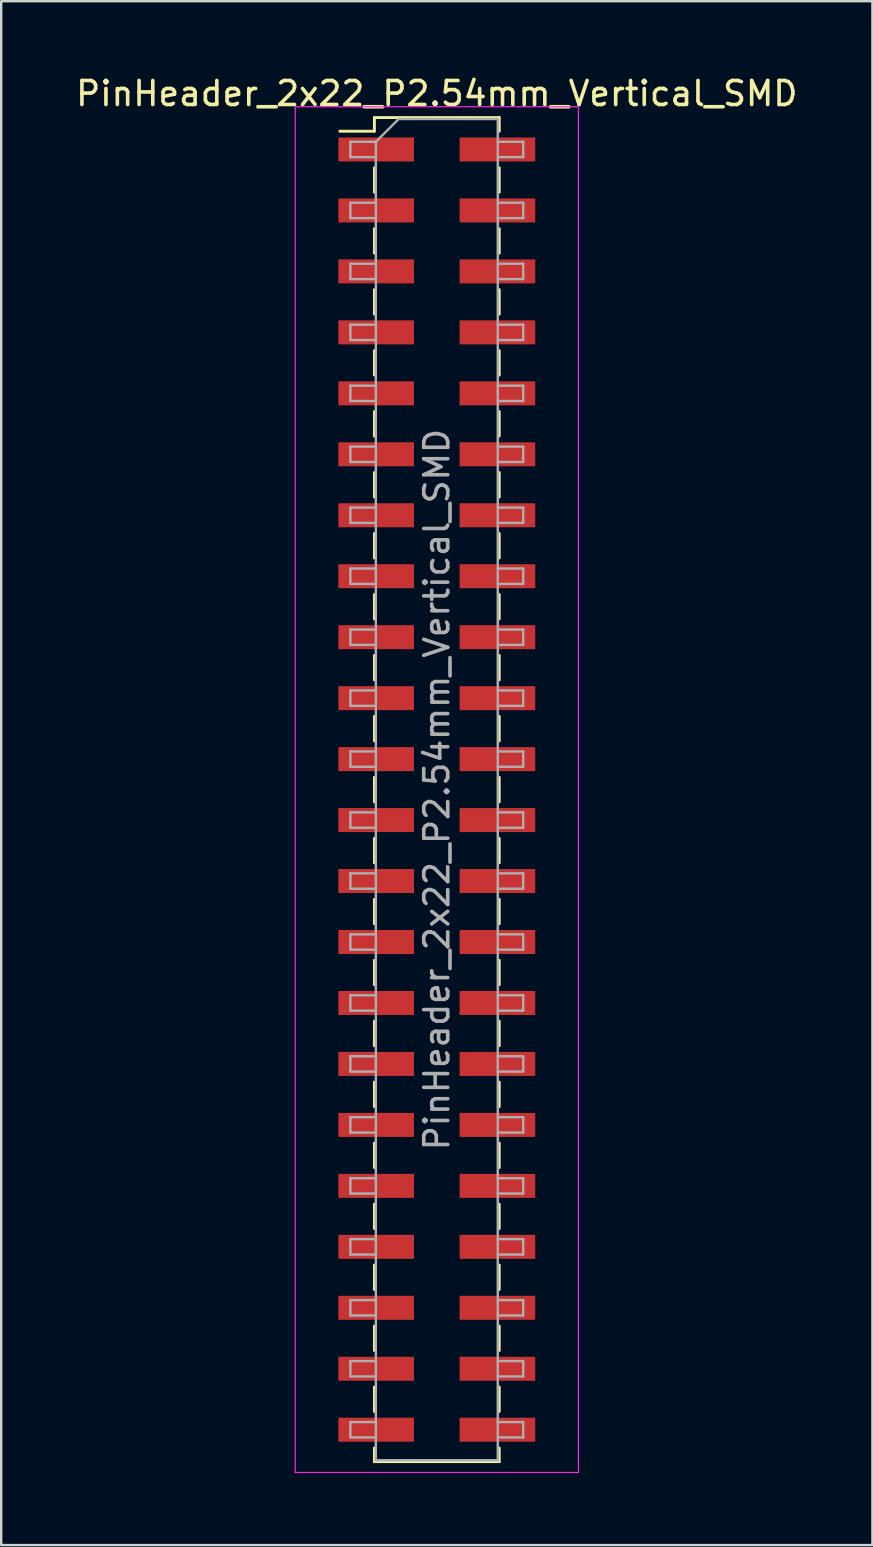
<source format=kicad_pcb>
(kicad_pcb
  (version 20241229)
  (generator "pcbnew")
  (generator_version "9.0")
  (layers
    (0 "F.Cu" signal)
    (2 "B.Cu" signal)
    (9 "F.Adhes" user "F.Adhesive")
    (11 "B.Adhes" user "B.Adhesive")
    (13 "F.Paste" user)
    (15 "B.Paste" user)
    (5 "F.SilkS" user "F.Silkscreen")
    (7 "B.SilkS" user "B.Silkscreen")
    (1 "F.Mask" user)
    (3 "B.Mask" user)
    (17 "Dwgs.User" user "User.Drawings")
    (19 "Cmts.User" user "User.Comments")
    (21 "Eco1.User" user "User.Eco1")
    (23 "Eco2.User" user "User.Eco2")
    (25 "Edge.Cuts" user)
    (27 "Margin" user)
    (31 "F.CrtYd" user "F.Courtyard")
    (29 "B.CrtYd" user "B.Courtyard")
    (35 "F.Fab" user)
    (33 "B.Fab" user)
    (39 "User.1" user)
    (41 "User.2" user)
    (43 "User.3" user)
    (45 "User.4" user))
  (footprint "PinHeader_2x22_P2.54mm_Vertical_SMD"
    (layer "F.Cu")
    (at 15.149 29.848)
    (property "Reference" "PinHeader_2x22_P2.54mm_Vertical_SMD" (at 0 -29 0) (layer "F.SilkS") (effects (font (size 1 1) (thickness 0.15))))
    (attr smd)
    (fp_line (start -4.04 -27.43) (end -2.6 -27.43) (stroke (width 0.12) (type solid)) (layer "F.SilkS"))
    (fp_line (start -2.6 -28) (end -2.6 -27.43) (stroke (width 0.12) (type solid)) (layer "F.SilkS"))
    (fp_line (start -2.6 -28) (end 2.6 -28) (stroke (width 0.12) (type solid)) (layer "F.SilkS"))
    (fp_line (start -2.6 -25.91) (end -2.6 -24.89) (stroke (width 0.12) (type solid)) (layer "F.SilkS"))
    (fp_line (start -2.6 -23.37) (end -2.6 -22.35) (stroke (width 0.12) (type solid)) (layer "F.SilkS"))
    (fp_line (start -2.6 -20.83) (end -2.6 -19.81) (stroke (width 0.12) (type solid)) (layer "F.SilkS"))
    (fp_line (start -2.6 -18.29) (end -2.6 -17.27) (stroke (width 0.12) (type solid)) (layer "F.SilkS"))
    (fp_line (start -2.6 -15.75) (end -2.6 -14.73) (stroke (width 0.12) (type solid)) (layer "F.SilkS"))
    (fp_line (start -2.6 -13.21) (end -2.6 -12.19) (stroke (width 0.12) (type solid)) (layer "F.SilkS"))
    (fp_line (start -2.6 -10.67) (end -2.6 -9.65) (stroke (width 0.12) (type solid)) (layer "F.SilkS"))
    (fp_line (start -2.6 -8.13) (end -2.6 -7.11) (stroke (width 0.12) (type solid)) (layer "F.SilkS"))
    (fp_line (start -2.6 -5.59) (end -2.6 -4.57) (stroke (width 0.12) (type solid)) (layer "F.SilkS"))
    (fp_line (start -2.6 -3.05) (end -2.6 -2.03) (stroke (width 0.12) (type solid)) (layer "F.SilkS"))
    (fp_line (start -2.6 -0.51) (end -2.6 0.51) (stroke (width 0.12) (type solid)) (layer "F.SilkS"))
    (fp_line (start -2.6 2.03) (end -2.6 3.05) (stroke (width 0.12) (type solid)) (layer "F.SilkS"))
    (fp_line (start -2.6 4.57) (end -2.6 5.59) (stroke (width 0.12) (type solid)) (layer "F.SilkS"))
    (fp_line (start -2.6 7.11) (end -2.6 8.13) (stroke (width 0.12) (type solid)) (layer "F.SilkS"))
    (fp_line (start -2.6 9.65) (end -2.6 10.67) (stroke (width 0.12) (type solid)) (layer "F.SilkS"))
    (fp_line (start -2.6 12.19) (end -2.6 13.21) (stroke (width 0.12) (type solid)) (layer "F.SilkS"))
    (fp_line (start -2.6 14.73) (end -2.6 15.75) (stroke (width 0.12) (type solid)) (layer "F.SilkS"))
    (fp_line (start -2.6 17.27) (end -2.6 18.29) (stroke (width 0.12) (type solid)) (layer "F.SilkS"))
    (fp_line (start -2.6 19.81) (end -2.6 20.83) (stroke (width 0.12) (type solid)) (layer "F.SilkS"))
    (fp_line (start -2.6 22.35) (end -2.6 23.37) (stroke (width 0.12) (type solid)) (layer "F.SilkS"))
    (fp_line (start -2.6 24.89) (end -2.6 25.91) (stroke (width 0.12) (type solid)) (layer "F.SilkS"))
    (fp_line (start -2.6 27.43) (end -2.6 28) (stroke (width 0.12) (type solid)) (layer "F.SilkS"))
    (fp_line (start -2.6 28) (end 2.6 28) (stroke (width 0.12) (type solid)) (layer "F.SilkS"))
    (fp_line (start 2.6 -28) (end 2.6 -27.43) (stroke (width 0.12) (type solid)) (layer "F.SilkS"))
    (fp_line (start 2.6 -25.91) (end 2.6 -24.89) (stroke (width 0.12) (type solid)) (layer "F.SilkS"))
    (fp_line (start 2.6 -23.37) (end 2.6 -22.35) (stroke (width 0.12) (type solid)) (layer "F.SilkS"))
    (fp_line (start 2.6 -20.83) (end 2.6 -19.81) (stroke (width 0.12) (type solid)) (layer "F.SilkS"))
    (fp_line (start 2.6 -18.29) (end 2.6 -17.27) (stroke (width 0.12) (type solid)) (layer "F.SilkS"))
    (fp_line (start 2.6 -15.75) (end 2.6 -14.73) (stroke (width 0.12) (type solid)) (layer "F.SilkS"))
    (fp_line (start 2.6 -13.21) (end 2.6 -12.19) (stroke (width 0.12) (type solid)) (layer "F.SilkS"))
    (fp_line (start 2.6 -10.67) (end 2.6 -9.65) (stroke (width 0.12) (type solid)) (layer "F.SilkS"))
    (fp_line (start 2.6 -8.13) (end 2.6 -7.11) (stroke (width 0.12) (type solid)) (layer "F.SilkS"))
    (fp_line (start 2.6 -5.59) (end 2.6 -4.57) (stroke (width 0.12) (type solid)) (layer "F.SilkS"))
    (fp_line (start 2.6 -3.05) (end 2.6 -2.03) (stroke (width 0.12) (type solid)) (layer "F.SilkS"))
    (fp_line (start 2.6 -0.51) (end 2.6 0.51) (stroke (width 0.12) (type solid)) (layer "F.SilkS"))
    (fp_line (start 2.6 2.03) (end 2.6 3.05) (stroke (width 0.12) (type solid)) (layer "F.SilkS"))
    (fp_line (start 2.6 4.57) (end 2.6 5.59) (stroke (width 0.12) (type solid)) (layer "F.SilkS"))
    (fp_line (start 2.6 7.11) (end 2.6 8.13) (stroke (width 0.12) (type solid)) (layer "F.SilkS"))
    (fp_line (start 2.6 9.65) (end 2.6 10.67) (stroke (width 0.12) (type solid)) (layer "F.SilkS"))
    (fp_line (start 2.6 12.19) (end 2.6 13.21) (stroke (width 0.12) (type solid)) (layer "F.SilkS"))
    (fp_line (start 2.6 14.73) (end 2.6 15.75) (stroke (width 0.12) (type solid)) (layer "F.SilkS"))
    (fp_line (start 2.6 17.27) (end 2.6 18.29) (stroke (width 0.12) (type solid)) (layer "F.SilkS"))
    (fp_line (start 2.6 19.81) (end 2.6 20.83) (stroke (width 0.12) (type solid)) (layer "F.SilkS"))
    (fp_line (start 2.6 22.35) (end 2.6 23.37) (stroke (width 0.12) (type solid)) (layer "F.SilkS"))
    (fp_line (start 2.6 24.89) (end 2.6 25.91) (stroke (width 0.12) (type solid)) (layer "F.SilkS"))
    (fp_line (start 2.6 27.43) (end 2.6 28) (stroke (width 0.12) (type solid)) (layer "F.SilkS"))
    (fp_line (start -5.9 -28.45) (end -5.9 28.45) (stroke (width 0.05) (type solid)) (layer "F.CrtYd"))
    (fp_line (start -5.9 28.45) (end 5.9 28.45) (stroke (width 0.05) (type solid)) (layer "F.CrtYd"))
    (fp_line (start 5.9 -28.45) (end -5.9 -28.45) (stroke (width 0.05) (type solid)) (layer "F.CrtYd"))
    (fp_line (start 5.9 28.45) (end 5.9 -28.45) (stroke (width 0.05) (type solid)) (layer "F.CrtYd"))
    (fp_line (start -3.6 -26.99) (end -3.6 -26.35) (stroke (width 0.1) (type solid)) (layer "F.Fab"))
    (fp_line (start -3.6 -26.35) (end -2.54 -26.35) (stroke (width 0.1) (type solid)) (layer "F.Fab"))
    (fp_line (start -3.6 -24.45) (end -3.6 -23.81) (stroke (width 0.1) (type solid)) (layer "F.Fab"))
    (fp_line (start -3.6 -23.81) (end -2.54 -23.81) (stroke (width 0.1) (type solid)) (layer "F.Fab"))
    (fp_line (start -3.6 -21.91) (end -3.6 -21.27) (stroke (width 0.1) (type solid)) (layer "F.Fab"))
    (fp_line (start -3.6 -21.27) (end -2.54 -21.27) (stroke (width 0.1) (type solid)) (layer "F.Fab"))
    (fp_line (start -3.6 -19.37) (end -3.6 -18.73) (stroke (width 0.1) (type solid)) (layer "F.Fab"))
    (fp_line (start -3.6 -18.73) (end -2.54 -18.73) (stroke (width 0.1) (type solid)) (layer "F.Fab"))
    (fp_line (start -3.6 -16.83) (end -3.6 -16.19) (stroke (width 0.1) (type solid)) (layer "F.Fab"))
    (fp_line (start -3.6 -16.19) (end -2.54 -16.19) (stroke (width 0.1) (type solid)) (layer "F.Fab"))
    (fp_line (start -3.6 -14.29) (end -3.6 -13.65) (stroke (width 0.1) (type solid)) (layer "F.Fab"))
    (fp_line (start -3.6 -13.65) (end -2.54 -13.65) (stroke (width 0.1) (type solid)) (layer "F.Fab"))
    (fp_line (start -3.6 -11.75) (end -3.6 -11.11) (stroke (width 0.1) (type solid)) (layer "F.Fab"))
    (fp_line (start -3.6 -11.11) (end -2.54 -11.11) (stroke (width 0.1) (type solid)) (layer "F.Fab"))
    (fp_line (start -3.6 -9.21) (end -3.6 -8.57) (stroke (width 0.1) (type solid)) (layer "F.Fab"))
    (fp_line (start -3.6 -8.57) (end -2.54 -8.57) (stroke (width 0.1) (type solid)) (layer "F.Fab"))
    (fp_line (start -3.6 -6.67) (end -3.6 -6.03) (stroke (width 0.1) (type solid)) (layer "F.Fab"))
    (fp_line (start -3.6 -6.03) (end -2.54 -6.03) (stroke (width 0.1) (type solid)) (layer "F.Fab"))
    (fp_line (start -3.6 -4.13) (end -3.6 -3.49) (stroke (width 0.1) (type solid)) (layer "F.Fab"))
    (fp_line (start -3.6 -3.49) (end -2.54 -3.49) (stroke (width 0.1) (type solid)) (layer "F.Fab"))
    (fp_line (start -3.6 -1.59) (end -3.6 -0.95) (stroke (width 0.1) (type solid)) (layer "F.Fab"))
    (fp_line (start -3.6 -0.95) (end -2.54 -0.95) (stroke (width 0.1) (type solid)) (layer "F.Fab"))
    (fp_line (start -3.6 0.95) (end -3.6 1.59) (stroke (width 0.1) (type solid)) (layer "F.Fab"))
    (fp_line (start -3.6 1.59) (end -2.54 1.59) (stroke (width 0.1) (type solid)) (layer "F.Fab"))
    (fp_line (start -3.6 3.49) (end -3.6 4.13) (stroke (width 0.1) (type solid)) (layer "F.Fab"))
    (fp_line (start -3.6 4.13) (end -2.54 4.13) (stroke (width 0.1) (type solid)) (layer "F.Fab"))
    (fp_line (start -3.6 6.03) (end -3.6 6.67) (stroke (width 0.1) (type solid)) (layer "F.Fab"))
    (fp_line (start -3.6 6.67) (end -2.54 6.67) (stroke (width 0.1) (type solid)) (layer "F.Fab"))
    (fp_line (start -3.6 8.57) (end -3.6 9.21) (stroke (width 0.1) (type solid)) (layer "F.Fab"))
    (fp_line (start -3.6 9.21) (end -2.54 9.21) (stroke (width 0.1) (type solid)) (layer "F.Fab"))
    (fp_line (start -3.6 11.11) (end -3.6 11.75) (stroke (width 0.1) (type solid)) (layer "F.Fab"))
    (fp_line (start -3.6 11.75) (end -2.54 11.75) (stroke (width 0.1) (type solid)) (layer "F.Fab"))
    (fp_line (start -3.6 13.65) (end -3.6 14.29) (stroke (width 0.1) (type solid)) (layer "F.Fab"))
    (fp_line (start -3.6 14.29) (end -2.54 14.29) (stroke (width 0.1) (type solid)) (layer "F.Fab"))
    (fp_line (start -3.6 16.19) (end -3.6 16.83) (stroke (width 0.1) (type solid)) (layer "F.Fab"))
    (fp_line (start -3.6 16.83) (end -2.54 16.83) (stroke (width 0.1) (type solid)) (layer "F.Fab"))
    (fp_line (start -3.6 18.73) (end -3.6 19.37) (stroke (width 0.1) (type solid)) (layer "F.Fab"))
    (fp_line (start -3.6 19.37) (end -2.54 19.37) (stroke (width 0.1) (type solid)) (layer "F.Fab"))
    (fp_line (start -3.6 21.27) (end -3.6 21.91) (stroke (width 0.1) (type solid)) (layer "F.Fab"))
    (fp_line (start -3.6 21.91) (end -2.54 21.91) (stroke (width 0.1) (type solid)) (layer "F.Fab"))
    (fp_line (start -3.6 23.81) (end -3.6 24.45) (stroke (width 0.1) (type solid)) (layer "F.Fab"))
    (fp_line (start -3.6 24.45) (end -2.54 24.45) (stroke (width 0.1) (type solid)) (layer "F.Fab"))
    (fp_line (start -3.6 26.35) (end -3.6 26.99) (stroke (width 0.1) (type solid)) (layer "F.Fab"))
    (fp_line (start -3.6 26.99) (end -2.54 26.99) (stroke (width 0.1) (type solid)) (layer "F.Fab"))
    (fp_line (start -2.54 -26.99) (end -3.6 -26.99) (stroke (width 0.1) (type solid)) (layer "F.Fab"))
    (fp_line (start -2.54 -26.99) (end -1.59 -27.94) (stroke (width 0.1) (type solid)) (layer "F.Fab"))
    (fp_line (start -2.54 -24.45) (end -3.6 -24.45) (stroke (width 0.1) (type solid)) (layer "F.Fab"))
    (fp_line (start -2.54 -21.91) (end -3.6 -21.91) (stroke (width 0.1) (type solid)) (layer "F.Fab"))
    (fp_line (start -2.54 -19.37) (end -3.6 -19.37) (stroke (width 0.1) (type solid)) (layer "F.Fab"))
    (fp_line (start -2.54 -16.83) (end -3.6 -16.83) (stroke (width 0.1) (type solid)) (layer "F.Fab"))
    (fp_line (start -2.54 -14.29) (end -3.6 -14.29) (stroke (width 0.1) (type solid)) (layer "F.Fab"))
    (fp_line (start -2.54 -11.75) (end -3.6 -11.75) (stroke (width 0.1) (type solid)) (layer "F.Fab"))
    (fp_line (start -2.54 -9.21) (end -3.6 -9.21) (stroke (width 0.1) (type solid)) (layer "F.Fab"))
    (fp_line (start -2.54 -6.67) (end -3.6 -6.67) (stroke (width 0.1) (type solid)) (layer "F.Fab"))
    (fp_line (start -2.54 -4.13) (end -3.6 -4.13) (stroke (width 0.1) (type solid)) (layer "F.Fab"))
    (fp_line (start -2.54 -1.59) (end -3.6 -1.59) (stroke (width 0.1) (type solid)) (layer "F.Fab"))
    (fp_line (start -2.54 0.95) (end -3.6 0.95) (stroke (width 0.1) (type solid)) (layer "F.Fab"))
    (fp_line (start -2.54 3.49) (end -3.6 3.49) (stroke (width 0.1) (type solid)) (layer "F.Fab"))
    (fp_line (start -2.54 6.03) (end -3.6 6.03) (stroke (width 0.1) (type solid)) (layer "F.Fab"))
    (fp_line (start -2.54 8.57) (end -3.6 8.57) (stroke (width 0.1) (type solid)) (layer "F.Fab"))
    (fp_line (start -2.54 11.11) (end -3.6 11.11) (stroke (width 0.1) (type solid)) (layer "F.Fab"))
    (fp_line (start -2.54 13.65) (end -3.6 13.65) (stroke (width 0.1) (type solid)) (layer "F.Fab"))
    (fp_line (start -2.54 16.19) (end -3.6 16.19) (stroke (width 0.1) (type solid)) (layer "F.Fab"))
    (fp_line (start -2.54 18.73) (end -3.6 18.73) (stroke (width 0.1) (type solid)) (layer "F.Fab"))
    (fp_line (start -2.54 21.27) (end -3.6 21.27) (stroke (width 0.1) (type solid)) (layer "F.Fab"))
    (fp_line (start -2.54 23.81) (end -3.6 23.81) (stroke (width 0.1) (type solid)) (layer "F.Fab"))
    (fp_line (start -2.54 26.35) (end -3.6 26.35) (stroke (width 0.1) (type solid)) (layer "F.Fab"))
    (fp_line (start -2.54 27.94) (end -2.54 -26.99) (stroke (width 0.1) (type solid)) (layer "F.Fab"))
    (fp_line (start -1.59 -27.94) (end 2.54 -27.94) (stroke (width 0.1) (type solid)) (layer "F.Fab"))
    (fp_line (start 2.54 -27.94) (end 2.54 27.94) (stroke (width 0.1) (type solid)) (layer "F.Fab"))
    (fp_line (start 2.54 -26.99) (end 3.6 -26.99) (stroke (width 0.1) (type solid)) (layer "F.Fab"))
    (fp_line (start 2.54 -24.45) (end 3.6 -24.45) (stroke (width 0.1) (type solid)) (layer "F.Fab"))
    (fp_line (start 2.54 -21.91) (end 3.6 -21.91) (stroke (width 0.1) (type solid)) (layer "F.Fab"))
    (fp_line (start 2.54 -19.37) (end 3.6 -19.37) (stroke (width 0.1) (type solid)) (layer "F.Fab"))
    (fp_line (start 2.54 -16.83) (end 3.6 -16.83) (stroke (width 0.1) (type solid)) (layer "F.Fab"))
    (fp_line (start 2.54 -14.29) (end 3.6 -14.29) (stroke (width 0.1) (type solid)) (layer "F.Fab"))
    (fp_line (start 2.54 -11.75) (end 3.6 -11.75) (stroke (width 0.1) (type solid)) (layer "F.Fab"))
    (fp_line (start 2.54 -9.21) (end 3.6 -9.21) (stroke (width 0.1) (type solid)) (layer "F.Fab"))
    (fp_line (start 2.54 -6.67) (end 3.6 -6.67) (stroke (width 0.1) (type solid)) (layer "F.Fab"))
    (fp_line (start 2.54 -4.13) (end 3.6 -4.13) (stroke (width 0.1) (type solid)) (layer "F.Fab"))
    (fp_line (start 2.54 -1.59) (end 3.6 -1.59) (stroke (width 0.1) (type solid)) (layer "F.Fab"))
    (fp_line (start 2.54 0.95) (end 3.6 0.95) (stroke (width 0.1) (type solid)) (layer "F.Fab"))
    (fp_line (start 2.54 3.49) (end 3.6 3.49) (stroke (width 0.1) (type solid)) (layer "F.Fab"))
    (fp_line (start 2.54 6.03) (end 3.6 6.03) (stroke (width 0.1) (type solid)) (layer "F.Fab"))
    (fp_line (start 2.54 8.57) (end 3.6 8.57) (stroke (width 0.1) (type solid)) (layer "F.Fab"))
    (fp_line (start 2.54 11.11) (end 3.6 11.11) (stroke (width 0.1) (type solid)) (layer "F.Fab"))
    (fp_line (start 2.54 13.65) (end 3.6 13.65) (stroke (width 0.1) (type solid)) (layer "F.Fab"))
    (fp_line (start 2.54 16.19) (end 3.6 16.19) (stroke (width 0.1) (type solid)) (layer "F.Fab"))
    (fp_line (start 2.54 18.73) (end 3.6 18.73) (stroke (width 0.1) (type solid)) (layer "F.Fab"))
    (fp_line (start 2.54 21.27) (end 3.6 21.27) (stroke (width 0.1) (type solid)) (layer "F.Fab"))
    (fp_line (start 2.54 23.81) (end 3.6 23.81) (stroke (width 0.1) (type solid)) (layer "F.Fab"))
    (fp_line (start 2.54 26.35) (end 3.6 26.35) (stroke (width 0.1) (type solid)) (layer "F.Fab"))
    (fp_line (start 2.54 27.94) (end -2.54 27.94) (stroke (width 0.1) (type solid)) (layer "F.Fab"))
    (fp_line (start 3.6 -26.99) (end 3.6 -26.35) (stroke (width 0.1) (type solid)) (layer "F.Fab"))
    (fp_line (start 3.6 -26.35) (end 2.54 -26.35) (stroke (width 0.1) (type solid)) (layer "F.Fab"))
    (fp_line (start 3.6 -24.45) (end 3.6 -23.81) (stroke (width 0.1) (type solid)) (layer "F.Fab"))
    (fp_line (start 3.6 -23.81) (end 2.54 -23.81) (stroke (width 0.1) (type solid)) (layer "F.Fab"))
    (fp_line (start 3.6 -21.91) (end 3.6 -21.27) (stroke (width 0.1) (type solid)) (layer "F.Fab"))
    (fp_line (start 3.6 -21.27) (end 2.54 -21.27) (stroke (width 0.1) (type solid)) (layer "F.Fab"))
    (fp_line (start 3.6 -19.37) (end 3.6 -18.73) (stroke (width 0.1) (type solid)) (layer "F.Fab"))
    (fp_line (start 3.6 -18.73) (end 2.54 -18.73) (stroke (width 0.1) (type solid)) (layer "F.Fab"))
    (fp_line (start 3.6 -16.83) (end 3.6 -16.19) (stroke (width 0.1) (type solid)) (layer "F.Fab"))
    (fp_line (start 3.6 -16.19) (end 2.54 -16.19) (stroke (width 0.1) (type solid)) (layer "F.Fab"))
    (fp_line (start 3.6 -14.29) (end 3.6 -13.65) (stroke (width 0.1) (type solid)) (layer "F.Fab"))
    (fp_line (start 3.6 -13.65) (end 2.54 -13.65) (stroke (width 0.1) (type solid)) (layer "F.Fab"))
    (fp_line (start 3.6 -11.75) (end 3.6 -11.11) (stroke (width 0.1) (type solid)) (layer "F.Fab"))
    (fp_line (start 3.6 -11.11) (end 2.54 -11.11) (stroke (width 0.1) (type solid)) (layer "F.Fab"))
    (fp_line (start 3.6 -9.21) (end 3.6 -8.57) (stroke (width 0.1) (type solid)) (layer "F.Fab"))
    (fp_line (start 3.6 -8.57) (end 2.54 -8.57) (stroke (width 0.1) (type solid)) (layer "F.Fab"))
    (fp_line (start 3.6 -6.67) (end 3.6 -6.03) (stroke (width 0.1) (type solid)) (layer "F.Fab"))
    (fp_line (start 3.6 -6.03) (end 2.54 -6.03) (stroke (width 0.1) (type solid)) (layer "F.Fab"))
    (fp_line (start 3.6 -4.13) (end 3.6 -3.49) (stroke (width 0.1) (type solid)) (layer "F.Fab"))
    (fp_line (start 3.6 -3.49) (end 2.54 -3.49) (stroke (width 0.1) (type solid)) (layer "F.Fab"))
    (fp_line (start 3.6 -1.59) (end 3.6 -0.95) (stroke (width 0.1) (type solid)) (layer "F.Fab"))
    (fp_line (start 3.6 -0.95) (end 2.54 -0.95) (stroke (width 0.1) (type solid)) (layer "F.Fab"))
    (fp_line (start 3.6 0.95) (end 3.6 1.59) (stroke (width 0.1) (type solid)) (layer "F.Fab"))
    (fp_line (start 3.6 1.59) (end 2.54 1.59) (stroke (width 0.1) (type solid)) (layer "F.Fab"))
    (fp_line (start 3.6 3.49) (end 3.6 4.13) (stroke (width 0.1) (type solid)) (layer "F.Fab"))
    (fp_line (start 3.6 4.13) (end 2.54 4.13) (stroke (width 0.1) (type solid)) (layer "F.Fab"))
    (fp_line (start 3.6 6.03) (end 3.6 6.67) (stroke (width 0.1) (type solid)) (layer "F.Fab"))
    (fp_line (start 3.6 6.67) (end 2.54 6.67) (stroke (width 0.1) (type solid)) (layer "F.Fab"))
    (fp_line (start 3.6 8.57) (end 3.6 9.21) (stroke (width 0.1) (type solid)) (layer "F.Fab"))
    (fp_line (start 3.6 9.21) (end 2.54 9.21) (stroke (width 0.1) (type solid)) (layer "F.Fab"))
    (fp_line (start 3.6 11.11) (end 3.6 11.75) (stroke (width 0.1) (type solid)) (layer "F.Fab"))
    (fp_line (start 3.6 11.75) (end 2.54 11.75) (stroke (width 0.1) (type solid)) (layer "F.Fab"))
    (fp_line (start 3.6 13.65) (end 3.6 14.29) (stroke (width 0.1) (type solid)) (layer "F.Fab"))
    (fp_line (start 3.6 14.29) (end 2.54 14.29) (stroke (width 0.1) (type solid)) (layer "F.Fab"))
    (fp_line (start 3.6 16.19) (end 3.6 16.83) (stroke (width 0.1) (type solid)) (layer "F.Fab"))
    (fp_line (start 3.6 16.83) (end 2.54 16.83) (stroke (width 0.1) (type solid)) (layer "F.Fab"))
    (fp_line (start 3.6 18.73) (end 3.6 19.37) (stroke (width 0.1) (type solid)) (layer "F.Fab"))
    (fp_line (start 3.6 19.37) (end 2.54 19.37) (stroke (width 0.1) (type solid)) (layer "F.Fab"))
    (fp_line (start 3.6 21.27) (end 3.6 21.91) (stroke (width 0.1) (type solid)) (layer "F.Fab"))
    (fp_line (start 3.6 21.91) (end 2.54 21.91) (stroke (width 0.1) (type solid)) (layer "F.Fab"))
    (fp_line (start 3.6 23.81) (end 3.6 24.45) (stroke (width 0.1) (type solid)) (layer "F.Fab"))
    (fp_line (start 3.6 24.45) (end 2.54 24.45) (stroke (width 0.1) (type solid)) (layer "F.Fab"))
    (fp_line (start 3.6 26.35) (end 3.6 26.99) (stroke (width 0.1) (type solid)) (layer "F.Fab"))
    (fp_line (start 3.6 26.99) (end 2.54 26.99) (stroke (width 0.1) (type solid)) (layer "F.Fab"))
    (fp_text user "${REFERENCE}" (at 0 0 90) (layer "F.Fab") (effects (font (size 1 1) (thickness 0.15))))
    (pad "1" smd rect (at -2.525 -26.67) (size 3.15 1) (layers "F.Cu" "F.Mask" "F.Paste"))
    (pad "2" smd rect (at 2.525 -26.67) (size 3.15 1) (layers "F.Cu" "F.Mask" "F.Paste"))
    (pad "3" smd rect (at -2.525 -24.13) (size 3.15 1) (layers "F.Cu" "F.Mask" "F.Paste"))
    (pad "4" smd rect (at 2.525 -24.13) (size 3.15 1) (layers "F.Cu" "F.Mask" "F.Paste"))
    (pad "5" smd rect (at -2.525 -21.59) (size 3.15 1) (layers "F.Cu" "F.Mask" "F.Paste"))
    (pad "6" smd rect (at 2.525 -21.59) (size 3.15 1) (layers "F.Cu" "F.Mask" "F.Paste"))
    (pad "7" smd rect (at -2.525 -19.05) (size 3.15 1) (layers "F.Cu" "F.Mask" "F.Paste"))
    (pad "8" smd rect (at 2.525 -19.05) (size 3.15 1) (layers "F.Cu" "F.Mask" "F.Paste"))
    (pad "9" smd rect (at -2.525 -16.51) (size 3.15 1) (layers "F.Cu" "F.Mask" "F.Paste"))
    (pad "10" smd rect (at 2.525 -16.51) (size 3.15 1) (layers "F.Cu" "F.Mask" "F.Paste"))
    (pad "11" smd rect (at -2.525 -13.97) (size 3.15 1) (layers "F.Cu" "F.Mask" "F.Paste"))
    (pad "12" smd rect (at 2.525 -13.97) (size 3.15 1) (layers "F.Cu" "F.Mask" "F.Paste"))
    (pad "13" smd rect (at -2.525 -11.43) (size 3.15 1) (layers "F.Cu" "F.Mask" "F.Paste"))
    (pad "14" smd rect (at 2.525 -11.43) (size 3.15 1) (layers "F.Cu" "F.Mask" "F.Paste"))
    (pad "15" smd rect (at -2.525 -8.89) (size 3.15 1) (layers "F.Cu" "F.Mask" "F.Paste"))
    (pad "16" smd rect (at 2.525 -8.89) (size 3.15 1) (layers "F.Cu" "F.Mask" "F.Paste"))
    (pad "17" smd rect (at -2.525 -6.35) (size 3.15 1) (layers "F.Cu" "F.Mask" "F.Paste"))
    (pad "18" smd rect (at 2.525 -6.35) (size 3.15 1) (layers "F.Cu" "F.Mask" "F.Paste"))
    (pad "19" smd rect (at -2.525 -3.81) (size 3.15 1) (layers "F.Cu" "F.Mask" "F.Paste"))
    (pad "20" smd rect (at 2.525 -3.81) (size 3.15 1) (layers "F.Cu" "F.Mask" "F.Paste"))
    (pad "21" smd rect (at -2.525 -1.27) (size 3.15 1) (layers "F.Cu" "F.Mask" "F.Paste"))
    (pad "22" smd rect (at 2.525 -1.27) (size 3.15 1) (layers "F.Cu" "F.Mask" "F.Paste"))
    (pad "23" smd rect (at -2.525 1.27) (size 3.15 1) (layers "F.Cu" "F.Mask" "F.Paste"))
    (pad "24" smd rect (at 2.525 1.27) (size 3.15 1) (layers "F.Cu" "F.Mask" "F.Paste"))
    (pad "25" smd rect (at -2.525 3.81) (size 3.15 1) (layers "F.Cu" "F.Mask" "F.Paste"))
    (pad "26" smd rect (at 2.525 3.81) (size 3.15 1) (layers "F.Cu" "F.Mask" "F.Paste"))
    (pad "27" smd rect (at -2.525 6.35) (size 3.15 1) (layers "F.Cu" "F.Mask" "F.Paste"))
    (pad "28" smd rect (at 2.525 6.35) (size 3.15 1) (layers "F.Cu" "F.Mask" "F.Paste"))
    (pad "29" smd rect (at -2.525 8.89) (size 3.15 1) (layers "F.Cu" "F.Mask" "F.Paste"))
    (pad "30" smd rect (at 2.525 8.89) (size 3.15 1) (layers "F.Cu" "F.Mask" "F.Paste"))
    (pad "31" smd rect (at -2.525 11.43) (size 3.15 1) (layers "F.Cu" "F.Mask" "F.Paste"))
    (pad "32" smd rect (at 2.525 11.43) (size 3.15 1) (layers "F.Cu" "F.Mask" "F.Paste"))
    (pad "33" smd rect (at -2.525 13.97) (size 3.15 1) (layers "F.Cu" "F.Mask" "F.Paste"))
    (pad "34" smd rect (at 2.525 13.97) (size 3.15 1) (layers "F.Cu" "F.Mask" "F.Paste"))
    (pad "35" smd rect (at -2.525 16.51) (size 3.15 1) (layers "F.Cu" "F.Mask" "F.Paste"))
    (pad "36" smd rect (at 2.525 16.51) (size 3.15 1) (layers "F.Cu" "F.Mask" "F.Paste"))
    (pad "37" smd rect (at -2.525 19.05) (size 3.15 1) (layers "F.Cu" "F.Mask" "F.Paste"))
    (pad "38" smd rect (at 2.525 19.05) (size 3.15 1) (layers "F.Cu" "F.Mask" "F.Paste"))
    (pad "39" smd rect (at -2.525 21.59) (size 3.15 1) (layers "F.Cu" "F.Mask" "F.Paste"))
    (pad "40" smd rect (at 2.525 21.59) (size 3.15 1) (layers "F.Cu" "F.Mask" "F.Paste"))
    (pad "41" smd rect (at -2.525 24.13) (size 3.15 1) (layers "F.Cu" "F.Mask" "F.Paste"))
    (pad "42" smd rect (at 2.525 24.13) (size 3.15 1) (layers "F.Cu" "F.Mask" "F.Paste"))
    (pad "43" smd rect (at -2.525 26.67) (size 3.15 1) (layers "F.Cu" "F.Mask" "F.Paste"))
    (pad "44" smd rect (at 2.525 26.67) (size 3.15 1) (layers "F.Cu" "F.Mask" "F.Paste")))
  (gr_rect
    (start -3 -3)
    (end 33.298 61.323)
    (stroke (width 0.1) (type default))
    (fill no)
    (layer "Edge.Cuts")))
</source>
